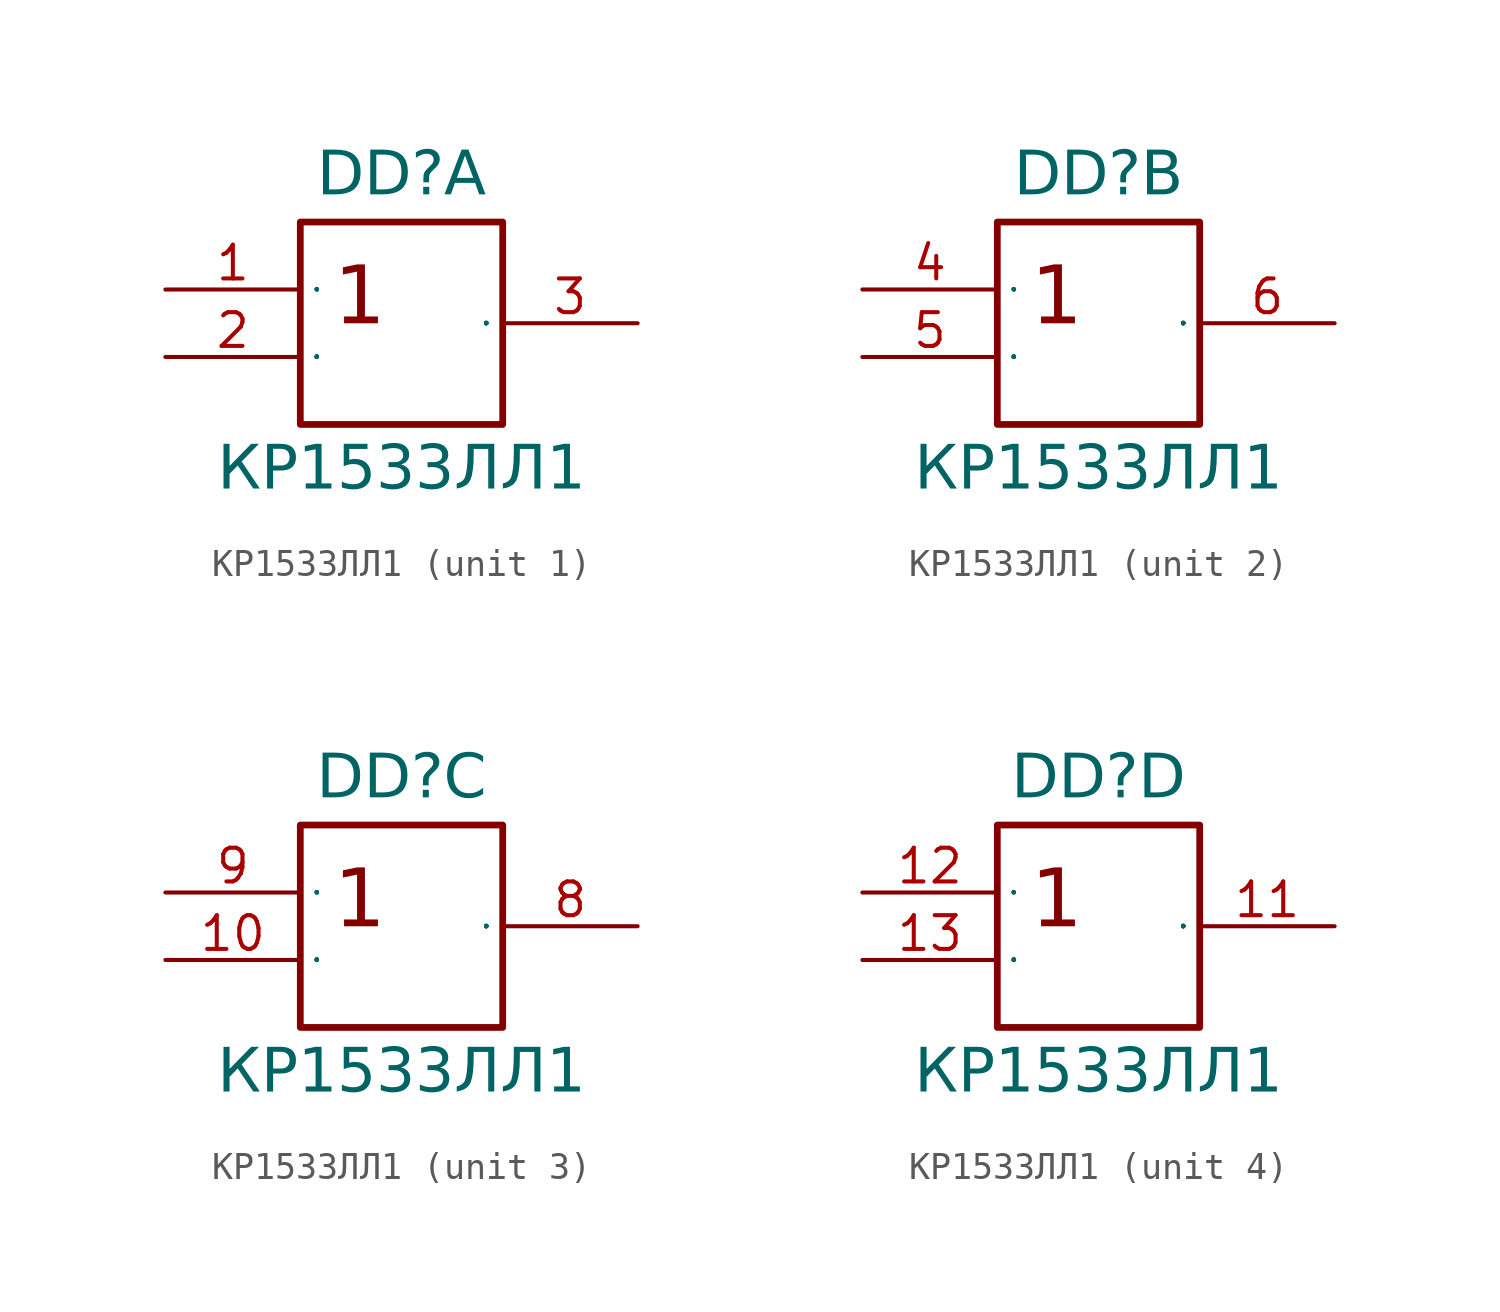
<source format=kicad_sym>
(kicad_symbol_lib
  (version 20241209)
  (generator "kicad_symbol_editor")
  (generator_version "9.0")
  (symbol "КР1533ЛЛ1"
    (property "Reference" "DD"
      (at 8.89 3.302 0)
      (do_not_autoplace)
      (effects (font (face "Input Sans Condensed") (size 1.651 1.651)) (justify bottom)))
    (property "Value" "КР1533ЛЛ1"
      (at 8.89 -5.842 0)
      (do_not_autoplace)
      (effects (font (face "Input Sans Condensed") (size 1.651 1.651)) (justify top)))
    (symbol "КР1533ЛЛ1_0_0"
      (rectangle (start 5.08 2.54) (end 12.7 -5.08) (stroke (width 0.254) (type solid)) (fill (type none)))
      (text "1" (at 6.35 0.902 0) (effects (font (face "Input Sans Condensed") (size 2.172 2.172)) (justify left top))))
    (symbol "КР1533ЛЛ1_1_1"
      (pin input line (at 0 0 0) (length 5.08) (name "1" (effects (font (size 0.025 0.025)))) (number "1" (effects (font (size 1.27 1.27)))))
      (pin input line (at 0 -2.54 0) (length 5.08) (name "2" (effects (font (size 0.025 0.025)))) (number "2" (effects (font (size 1.27 1.27)))))
      (pin power_in line (at 15.24 1.27 180) (length 2.54) (hide yes) (name "VCC" (effects (font (size 0.635 0.635)))) (number "14" (effects (font (size 0.635 0.635)))))
      (pin power_in line (at 15.24 -3.81 180) (length 2.54) (hide yes) (name "GND" (effects (font (size 0.635 0.635)))) (number "7" (effects (font (size 0.635 0.635)))))
      (pin output line (at 17.78 -1.27 180) (length 5.08) (name "3" (effects (font (size 0.025 0.025)))) (number "3" (effects (font (size 1.27 1.27))))))
    (symbol "КР1533ЛЛ1_2_1"
      (pin input line (at 0 0 0) (length 5.08) (name "1" (effects (font (size 0.025 0.025)))) (number "4" (effects (font (size 1.27 1.27)))))
      (pin input line (at 0 -2.54 0) (length 5.08) (name "2" (effects (font (size 0.025 0.025)))) (number "5" (effects (font (size 1.27 1.27)))))
      (pin output line (at 17.78 -1.27 180) (length 5.08) (name "3" (effects (font (size 0.025 0.025)))) (number "6" (effects (font (size 1.27 1.27))))))
    (symbol "КР1533ЛЛ1_3_1"
      (pin input line (at 0 0 0) (length 5.08) (name "1" (effects (font (size 0.025 0.025)))) (number "9" (effects (font (size 1.27 1.27)))))
      (pin input line (at 0 -2.54 0) (length 5.08) (name "2" (effects (font (size 0.025 0.025)))) (number "10" (effects (font (size 1.27 1.27)))))
      (pin output line (at 17.78 -1.27 180) (length 5.08) (name "3" (effects (font (size 0.025 0.025)))) (number "8" (effects (font (size 1.27 1.27))))))
    (symbol "КР1533ЛЛ1_4_1"
      (pin input line (at 0 0 0) (length 5.08) (name "1" (effects (font (size 0.025 0.025)))) (number "12" (effects (font (size 1.27 1.27)))))
      (pin input line (at 0 -2.54 0) (length 5.08) (name "2" (effects (font (size 0.025 0.025)))) (number "13" (effects (font (size 1.27 1.27)))))
      (pin output line (at 17.78 -1.27 180) (length 5.08) (name "3" (effects (font (size 0.025 0.025)))) (number "11" (effects (font (size 1.27 1.27))))))))
</source>
